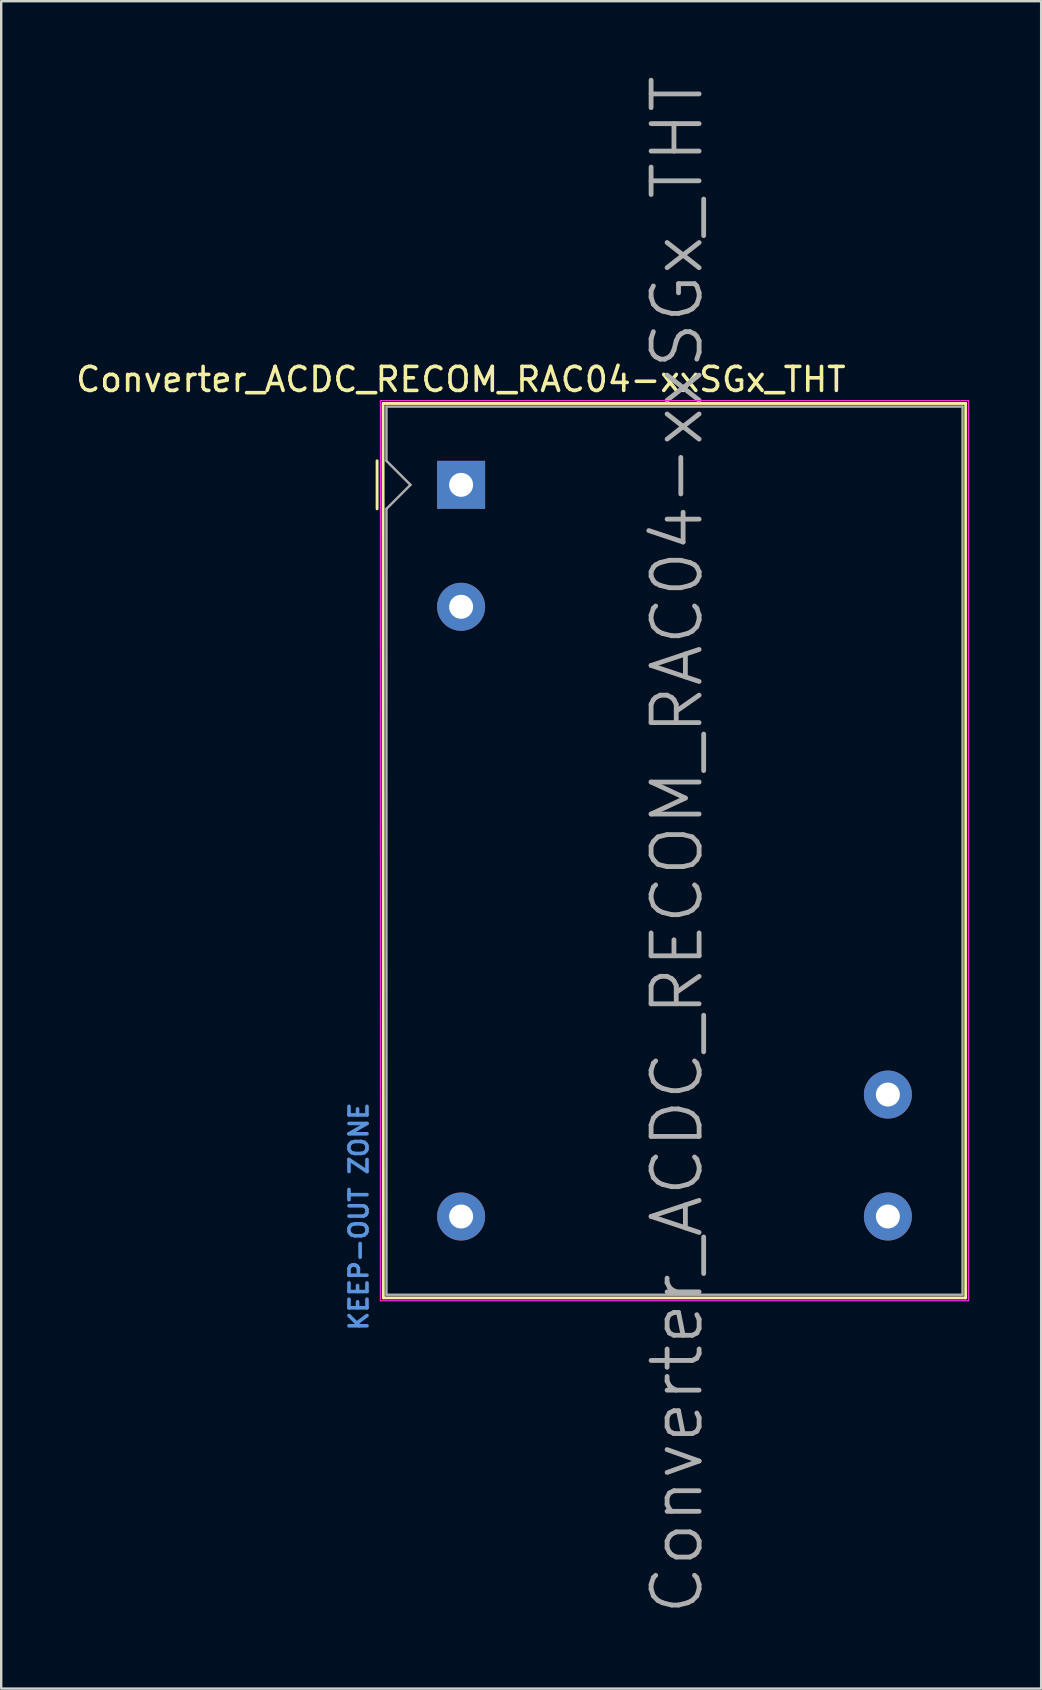
<source format=kicad_pcb>
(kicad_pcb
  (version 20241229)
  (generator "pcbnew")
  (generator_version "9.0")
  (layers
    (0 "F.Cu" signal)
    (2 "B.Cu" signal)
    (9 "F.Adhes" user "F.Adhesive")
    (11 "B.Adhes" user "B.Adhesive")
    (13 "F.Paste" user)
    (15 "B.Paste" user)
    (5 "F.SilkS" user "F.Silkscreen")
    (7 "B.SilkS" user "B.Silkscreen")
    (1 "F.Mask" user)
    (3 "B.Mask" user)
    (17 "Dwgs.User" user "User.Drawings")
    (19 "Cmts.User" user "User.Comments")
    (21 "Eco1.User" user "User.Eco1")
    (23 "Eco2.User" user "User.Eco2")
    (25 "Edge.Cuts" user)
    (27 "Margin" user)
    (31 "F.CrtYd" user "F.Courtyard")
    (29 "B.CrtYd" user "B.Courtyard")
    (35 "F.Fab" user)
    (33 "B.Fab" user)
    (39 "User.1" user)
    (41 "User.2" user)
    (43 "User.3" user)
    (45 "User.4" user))
  (footprint "Converter_ACDC_RECOM_RAC04-xxSGx_THT"
    (layer "F.Cu")
    (at 16.159 17.148)
    (property "Reference" "Converter_ACDC_RECOM_RAC04-xxSGx_THT" (at -0.01 -4.39 180) (layer "F.SilkS") (effects (font (size 1 1) (thickness 0.15))))
    (attr through_hole)
    (fp_line (start -3.5 1) (end -3.5 -1) (stroke (width 0.12) (type solid)) (layer "F.SilkS"))
    (fp_line (start -3.24 -3.39) (end 21.02 -3.39) (stroke (width 0.12) (type solid)) (layer "F.SilkS"))
    (fp_line (start -3.24 33.87) (end -3.25 -3.39) (stroke (width 0.12) (type solid)) (layer "F.SilkS"))
    (fp_line (start -3.24 33.87) (end 21.02 33.87) (stroke (width 0.12) (type solid)) (layer "F.SilkS"))
    (fp_line (start 21.02 -3.39) (end 21.02 33.87) (stroke (width 0.12) (type solid)) (layer "F.SilkS"))
    (fp_line (start -3.36 -3.51) (end -3.36 33.99) (stroke (width 0.05) (type solid)) (layer "F.CrtYd"))
    (fp_line (start -3.36 -3.51) (end 21.14 -3.51) (stroke (width 0.05) (type solid)) (layer "F.CrtYd"))
    (fp_line (start 21.14 -3.51) (end 21.14 33.99) (stroke (width 0.05) (type solid)) (layer "F.CrtYd"))
    (fp_line (start 21.14 33.99) (end -3.36 33.99) (stroke (width 0.05) (type solid)) (layer "F.CrtYd"))
    (fp_line (start -3.11 -3.26) (end 20.89 -3.26) (stroke (width 0.1) (type solid)) (layer "F.Fab"))
    (fp_line (start -3.11 -1) (end -3.11 -3.26) (stroke (width 0.1) (type solid)) (layer "F.Fab"))
    (fp_line (start -3.11 -1) (end -2.11 0) (stroke (width 0.1) (type solid)) (layer "F.Fab"))
    (fp_line (start -3.11 1) (end -2.11 0) (stroke (width 0.1) (type solid)) (layer "F.Fab"))
    (fp_line (start -3.11 33.74) (end -3.11 1) (stroke (width 0.1) (type solid)) (layer "F.Fab"))
    (fp_line (start -3.11 33.74) (end 20.89 33.74) (stroke (width 0.1) (type solid)) (layer "F.Fab"))
    (fp_line (start 20.89 -3.26) (end 20.89 33.74) (stroke (width 0.1) (type solid)) (layer "F.Fab"))
    (fp_text user "KEEP-OUT ZONE" (at -4.26 30.48 90) (layer "Cmts.User") (effects (font (size 0.75 0.75) (thickness 0.15))))
    (fp_text user "${REFERENCE}" (at 9 15 90) (layer "F.Fab") (effects (font (size 2 2) (thickness 0.2))))
    (pad "1" thru_hole rect (at 0 0 90) (size 2 2) (drill 1) (layers "*.Cu" "*.Mask"))
    (pad "2" thru_hole circle (at 0 5.08 90) (size 2 2) (drill 1) (layers "*.Cu" "*.Mask"))
    (pad "3" thru_hole circle (at 0 30.48 180) (size 2 2) (drill 1) (layers "*.Cu" "*.Mask"))
    (pad "4" thru_hole circle (at 17.78 30.48 90) (size 2 2) (drill 1) (layers "*.Cu" "*.Mask"))
    (pad "5" thru_hole circle (at 17.78 25.4 90) (size 2 2) (drill 1) (layers "*.Cu" "*.Mask"))
    (zone (net_name "") (layer "F.Cu") (hatch full 0.508) (connect_pads) (min_thickness 0.254) (filled_areas_thickness no) (keepout (tracks not_allowed) (vias allowed) (pads allowed) (copperpour not_allowed) (footprints not_allowed)) (placement (enabled no)) (fill) (polygon (pts (xy 11.079 52.708) (xy 21.239 52.708) (xy 21.239 42.548) (xy 11.079 42.548)))))
  (gr_rect
    (start -3 -3)
    (end 40.324 67.295)
    (stroke (width 0.1) (type default))
    (fill no)
    (layer "Edge.Cuts")))
</source>
